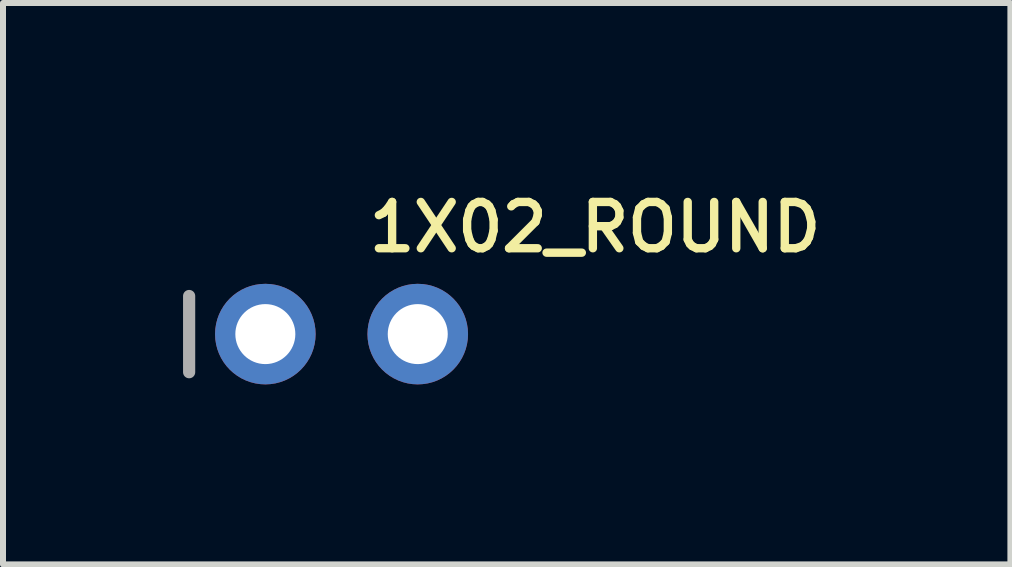
<source format=kicad_pcb>
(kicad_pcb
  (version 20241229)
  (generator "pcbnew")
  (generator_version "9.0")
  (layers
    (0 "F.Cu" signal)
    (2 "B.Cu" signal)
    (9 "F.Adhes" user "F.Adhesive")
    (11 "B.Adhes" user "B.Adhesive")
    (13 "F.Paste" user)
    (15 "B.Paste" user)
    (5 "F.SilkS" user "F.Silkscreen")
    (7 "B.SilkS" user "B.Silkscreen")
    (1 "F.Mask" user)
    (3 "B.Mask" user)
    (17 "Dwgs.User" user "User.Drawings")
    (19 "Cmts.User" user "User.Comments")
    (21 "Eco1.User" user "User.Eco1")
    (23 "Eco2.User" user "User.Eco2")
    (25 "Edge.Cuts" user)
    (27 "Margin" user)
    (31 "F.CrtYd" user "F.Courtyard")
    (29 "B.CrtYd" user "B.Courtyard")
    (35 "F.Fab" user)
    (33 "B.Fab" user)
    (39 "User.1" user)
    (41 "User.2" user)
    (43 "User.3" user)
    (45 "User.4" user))
  (footprint "1X02_ROUND"
    (layer "F.Cu")
    (at 2.642 2.518)
    (property "Reference" "1X02_ROUND" (at 0.384 -1.329 0) (layer "F.SilkS") (effects (font (size 0.772 0.772) (thickness 0.139)) (justify left bottom)))
    (attr through_hole)
    (fp_line (start -2.54 -0.635) (end -2.54 0.635) (stroke (width 0.203) (type solid)) (layer "F.Fab"))
    (fp_poly (pts (xy -1.524 0.254) (xy -1.016 0.254) (xy -1.016 -0.254) (xy -1.524 -0.254)) (stroke (width 0.1) (type solid)) (fill no) (layer "F.Fab"))
    (fp_poly (pts (xy 1.016 0.254) (xy 1.524 0.254) (xy 1.524 -0.254) (xy 1.016 -0.254)) (stroke (width 0.1) (type solid)) (fill no) (layer "F.Fab"))
    (pad "1" thru_hole circle (at -1.27 0 90) (size 1.676 1.676) (drill 1) (layers "*.Cu" "*.Mask"))
    (pad "2" thru_hole circle (at 1.27 0 90) (size 1.676 1.676) (drill 1) (layers "*.Cu" "*.Mask")))
  (gr_rect
    (start -3 -3)
    (end 13.789 6.356)
    (stroke (width 0.1) (type default))
    (fill no)
    (layer "Edge.Cuts")))
</source>
